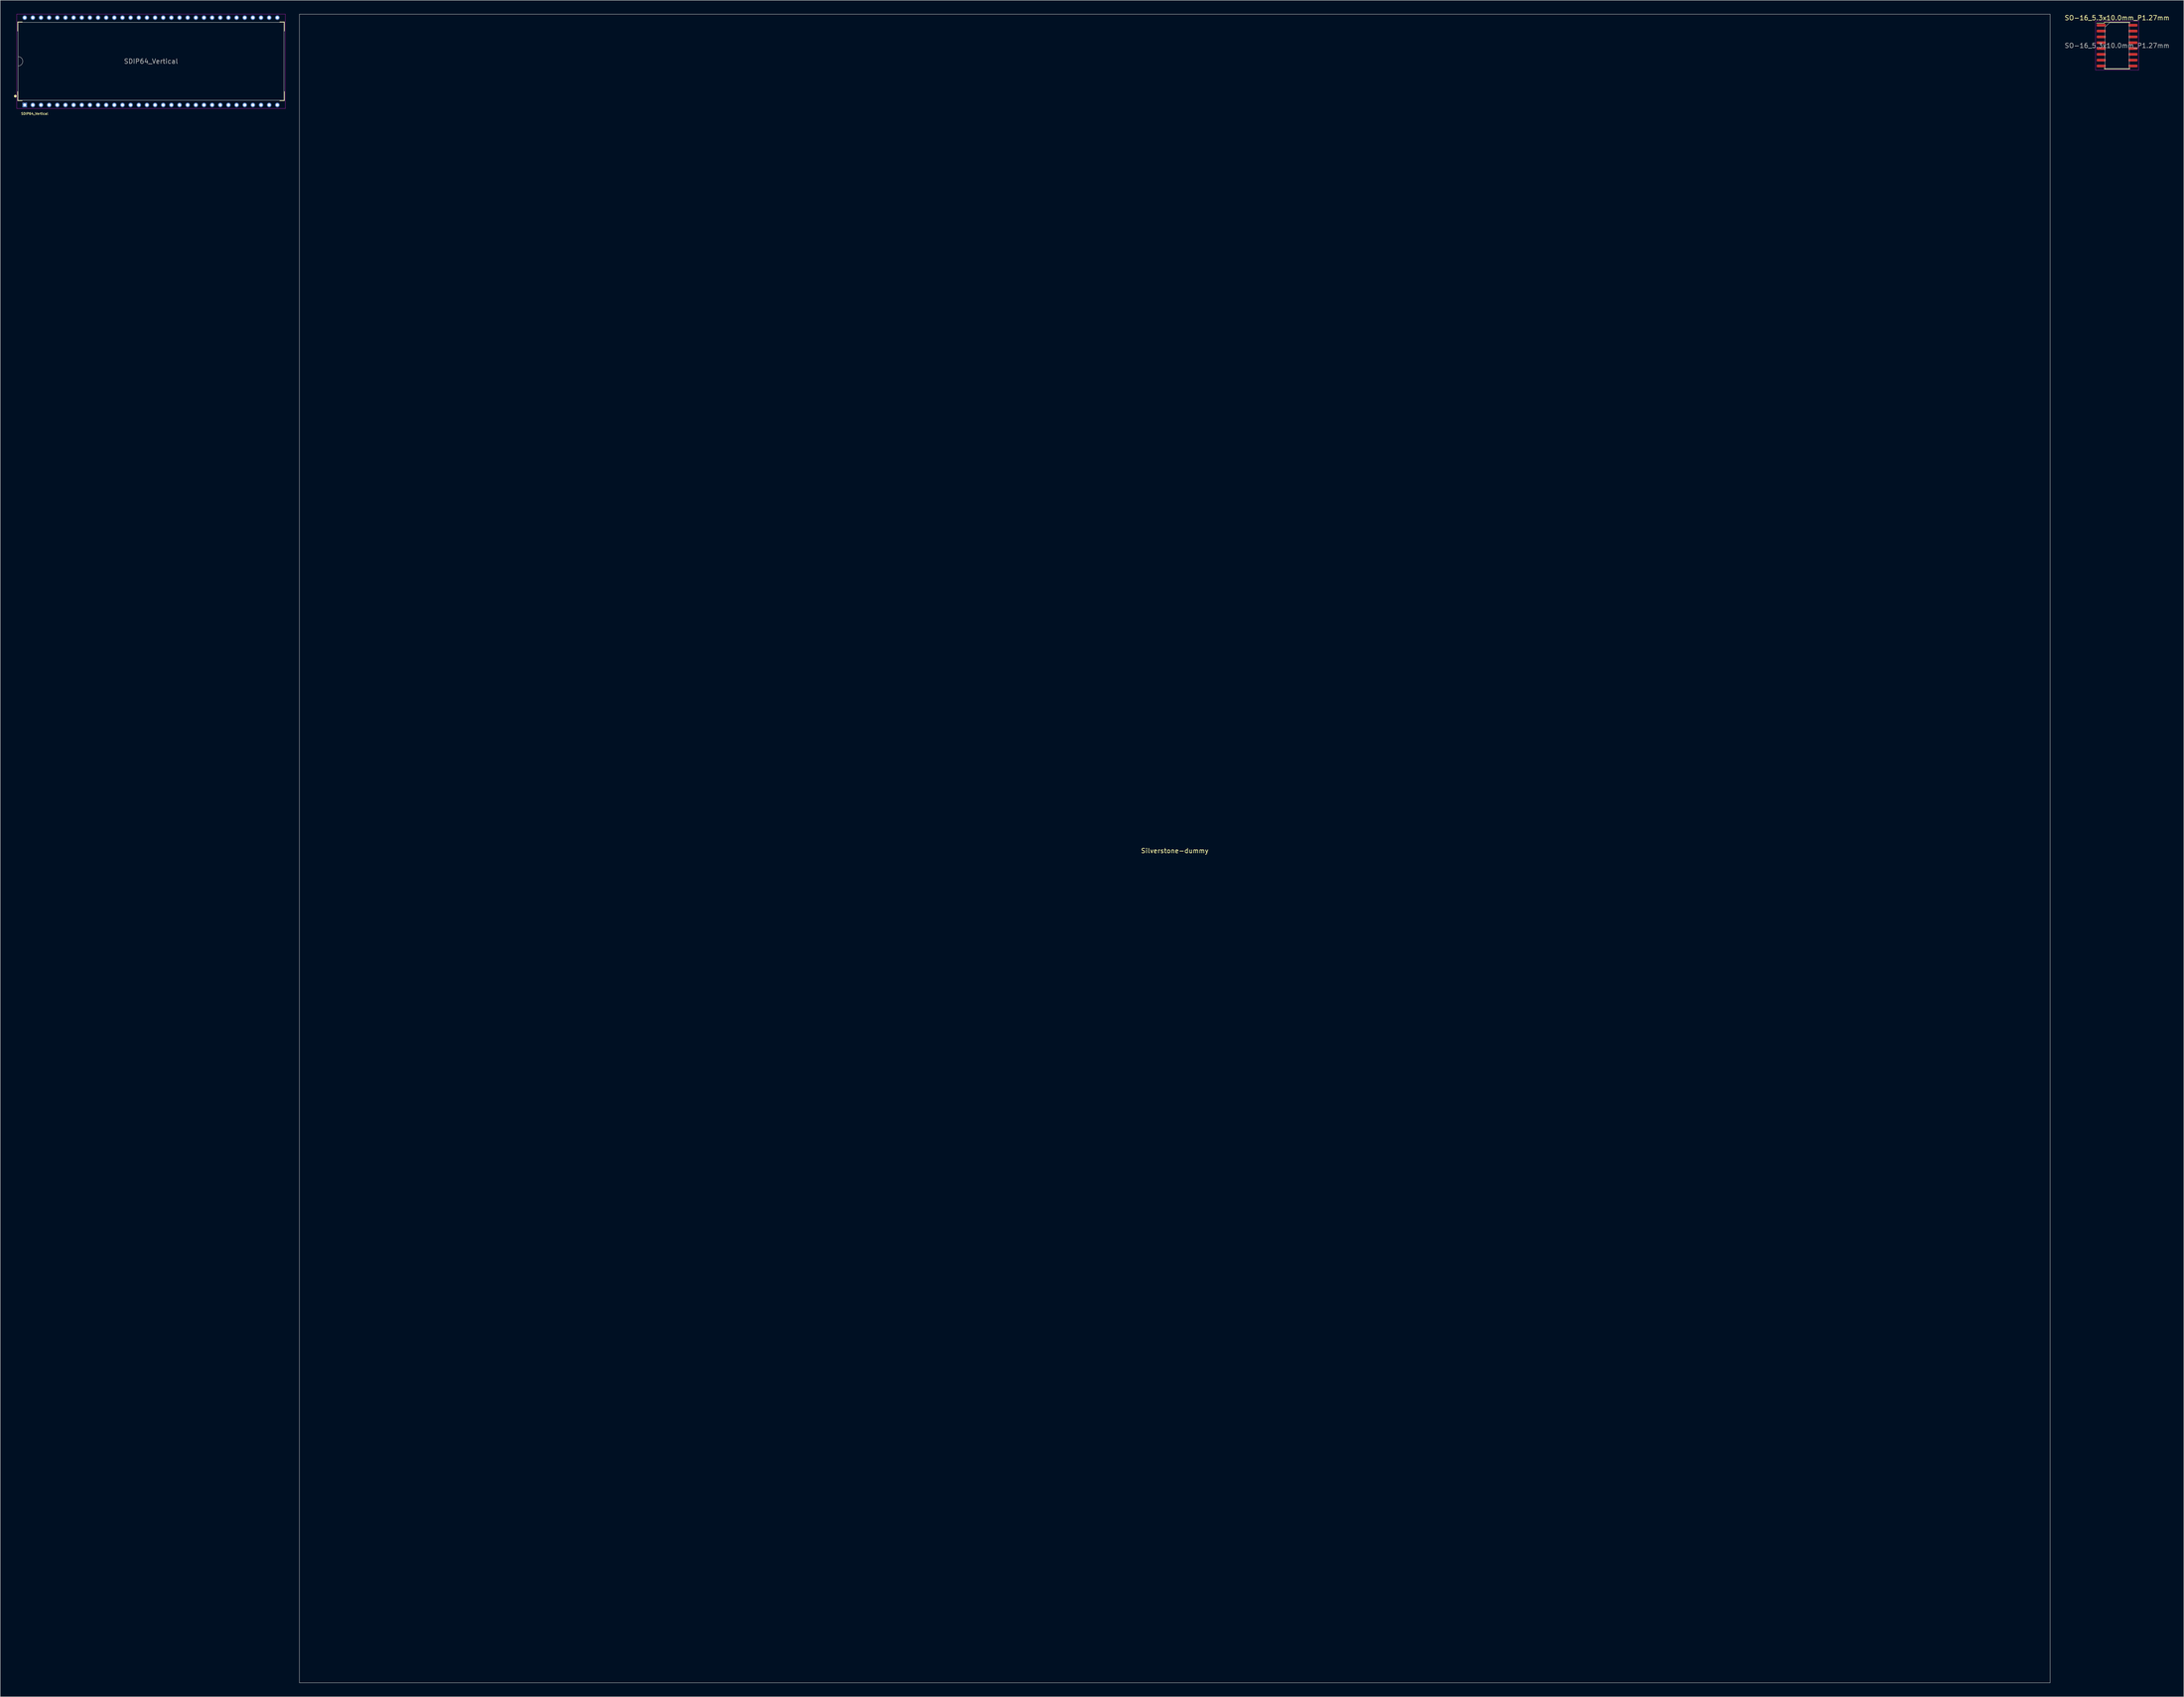
<source format=kicad_pcb>
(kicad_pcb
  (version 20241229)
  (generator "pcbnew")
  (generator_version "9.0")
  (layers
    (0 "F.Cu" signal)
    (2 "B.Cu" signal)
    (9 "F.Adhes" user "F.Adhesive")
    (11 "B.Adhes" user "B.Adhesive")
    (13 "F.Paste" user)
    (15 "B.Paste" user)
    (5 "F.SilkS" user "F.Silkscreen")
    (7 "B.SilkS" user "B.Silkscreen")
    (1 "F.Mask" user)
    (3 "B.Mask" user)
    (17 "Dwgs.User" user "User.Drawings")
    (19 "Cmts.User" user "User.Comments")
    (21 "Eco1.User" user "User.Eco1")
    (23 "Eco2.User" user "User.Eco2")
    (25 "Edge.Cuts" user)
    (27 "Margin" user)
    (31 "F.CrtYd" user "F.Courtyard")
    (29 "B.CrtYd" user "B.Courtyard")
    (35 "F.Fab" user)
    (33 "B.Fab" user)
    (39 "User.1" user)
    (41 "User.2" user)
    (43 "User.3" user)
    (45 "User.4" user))
  (footprint "Silverstone-dummy"
    (layer "F.Cu")
    (at 253.275 182.05)
    (property "Reference" "Silverstone-dummy" (at 0 0.5 0) (layer "F.SilkS") (effects (font (size 1 1) (thickness 0.15))))
    (attr exclude_from_pos_files exclude_from_bom)
    (fp_line (start -191 -182) (end -191 182) (stroke (width 0.1) (type solid)) (layer "F.Fab"))
    (fp_line (start -191 -182) (end 191 -182) (stroke (width 0.1) (type solid)) (layer "F.Fab"))
    (fp_line (start 191 182) (end -191 182) (stroke (width 0.1) (type solid)) (layer "F.Fab"))
    (fp_line (start 191 182) (end 191 -182) (stroke (width 0.1) (type solid)) (layer "F.Fab")))
  (footprint "SDIP64_Vertical"
    (layer "F.Cu")
    (at 29.9 10.325)
    (property "Reference" "SDIP64_Vertical" (at -25.4 11.43 0) (layer "F.SilkS") (effects (font (size 0.5 0.5) (thickness 0.1))))
    (attr through_hole)
    (fp_line (start -29.1 -6.6) (end -29.1 -8.6) (stroke (width 0.12) (type solid)) (layer "F.SilkS"))
    (fp_line (start -29.1 6.6) (end -29.1 8.6) (stroke (width 0.12) (type solid)) (layer "F.SilkS"))
    (fp_line (start -29.1 8.6) (end -28.1 8.6) (stroke (width 0.12) (type solid)) (layer "F.SilkS"))
    (fp_line (start -28.1 -8.6) (end -29.1 -8.6) (stroke (width 0.12) (type solid)) (layer "F.SilkS"))
    (fp_line (start 28.1 8.6) (end 29.1 8.6) (stroke (width 0.12) (type solid)) (layer "F.SilkS"))
    (fp_line (start 29.1 -8.6) (end 28.1 -8.6) (stroke (width 0.12) (type solid)) (layer "F.SilkS"))
    (fp_line (start 29.1 -6.6) (end 29.1 -8.6) (stroke (width 0.12) (type solid)) (layer "F.SilkS"))
    (fp_line (start 29.1 6.6) (end 29.1 8.6) (stroke (width 0.12) (type solid)) (layer "F.SilkS"))
    (fp_circle (center -29.6 7.6) (end -29.45 7.6) (stroke (width 0.3) (type solid)) (fill no) (layer "F.SilkS"))
    (fp_line (start -29.3 -10.3) (end -29.3 10.3) (stroke (width 0.05) (type solid)) (layer "F.CrtYd"))
    (fp_line (start -29.3 10.3) (end 29.3 10.3) (stroke (width 0.05) (type solid)) (layer "F.CrtYd"))
    (fp_line (start 29.3 -10.3) (end -29.3 -10.3) (stroke (width 0.05) (type solid)) (layer "F.CrtYd"))
    (fp_line (start 29.3 10.3) (end 29.3 -10.3) (stroke (width 0.05) (type solid)) (layer "F.CrtYd"))
    (fp_line (start -29 -8.5) (end 29 -8.5) (stroke (width 0.1) (type solid)) (layer "F.Fab"))
    (fp_line (start -29 8.5) (end -29 -8.5) (stroke (width 0.1) (type solid)) (layer "F.Fab"))
    (fp_line (start 29 -8.5) (end 29 8.5) (stroke (width 0.1) (type solid)) (layer "F.Fab"))
    (fp_line (start 29 8.5) (end -29 8.5) (stroke (width 0.1) (type solid)) (layer "F.Fab"))
    (fp_arc (start -29 -1.016) (mid -28.28158 -0.71842) (end -27.984 0) (stroke (width 0.1) (type solid)) (layer "F.Fab"))
    (fp_arc (start -27.984 0) (mid -28.28158 0.71842) (end -29 1.016) (stroke (width 0.1) (type solid)) (layer "F.Fab"))
    (fp_text user "${REFERENCE}" (at 0 0 0) (layer "F.Fab") (effects (font (size 1 1) (thickness 0.15))))
    (pad "1" thru_hole rect (at -27.559 9.525) (size 1.016 1.016) (drill 0.635) (layers "*.Cu" "*.Mask"))
    (pad "2" thru_hole circle (at -25.781 9.525) (size 1.016 1.016) (drill 0.635) (layers "*.Cu" "*.Mask"))
    (pad "3" thru_hole circle (at -24.003 9.525) (size 1.016 1.016) (drill 0.635) (layers "*.Cu" "*.Mask"))
    (pad "4" thru_hole circle (at -22.225 9.525) (size 1.016 1.016) (drill 0.635) (layers "*.Cu" "*.Mask"))
    (pad "5" thru_hole circle (at -20.447 9.525) (size 1.016 1.016) (drill 0.635) (layers "*.Cu" "*.Mask"))
    (pad "6" thru_hole circle (at -18.669 9.525) (size 1.016 1.016) (drill 0.635) (layers "*.Cu" "*.Mask"))
    (pad "7" thru_hole circle (at -16.891 9.525) (size 1.016 1.016) (drill 0.635) (layers "*.Cu" "*.Mask"))
    (pad "8" thru_hole circle (at -15.113 9.525) (size 1.016 1.016) (drill 0.635) (layers "*.Cu" "*.Mask"))
    (pad "9" thru_hole circle (at -13.335 9.525) (size 1.016 1.016) (drill 0.635) (layers "*.Cu" "*.Mask"))
    (pad "10" thru_hole circle (at -11.557 9.525) (size 1.016 1.016) (drill 0.635) (layers "*.Cu" "*.Mask"))
    (pad "11" thru_hole circle (at -9.779 9.525) (size 1.016 1.016) (drill 0.635) (layers "*.Cu" "*.Mask"))
    (pad "12" thru_hole circle (at -8.001 9.525) (size 1.016 1.016) (drill 0.635) (layers "*.Cu" "*.Mask"))
    (pad "13" thru_hole circle (at -6.223 9.525) (size 1.016 1.016) (drill 0.635) (layers "*.Cu" "*.Mask"))
    (pad "14" thru_hole circle (at -4.445 9.525) (size 1.016 1.016) (drill 0.635) (layers "*.Cu" "*.Mask"))
    (pad "15" thru_hole circle (at -2.667 9.525) (size 1.016 1.016) (drill 0.635) (layers "*.Cu" "*.Mask"))
    (pad "16" thru_hole circle (at -0.889 9.525) (size 1.016 1.016) (drill 0.635) (layers "*.Cu" "*.Mask"))
    (pad "17" thru_hole circle (at 0.889 9.525) (size 1.016 1.016) (drill 0.635) (layers "*.Cu" "*.Mask"))
    (pad "18" thru_hole circle (at 2.667 9.525) (size 1.016 1.016) (drill 0.635) (layers "*.Cu" "*.Mask"))
    (pad "19" thru_hole circle (at 4.445 9.525) (size 1.016 1.016) (drill 0.635) (layers "*.Cu" "*.Mask"))
    (pad "20" thru_hole circle (at 6.223 9.525) (size 1.016 1.016) (drill 0.635) (layers "*.Cu" "*.Mask"))
    (pad "21" thru_hole circle (at 8.001 9.525) (size 1.016 1.016) (drill 0.635) (layers "*.Cu" "*.Mask"))
    (pad "22" thru_hole circle (at 9.779 9.525) (size 1.016 1.016) (drill 0.635) (layers "*.Cu" "*.Mask"))
    (pad "23" thru_hole circle (at 11.557 9.525) (size 1.016 1.016) (drill 0.635) (layers "*.Cu" "*.Mask"))
    (pad "24" thru_hole circle (at 13.335 9.525) (size 1.016 1.016) (drill 0.635) (layers "*.Cu" "*.Mask"))
    (pad "25" thru_hole circle (at 15.113 9.525) (size 1.016 1.016) (drill 0.635) (layers "*.Cu" "*.Mask"))
    (pad "26" thru_hole circle (at 16.891 9.525) (size 1.016 1.016) (drill 0.635) (layers "*.Cu" "*.Mask"))
    (pad "27" thru_hole circle (at 18.669 9.525) (size 1.016 1.016) (drill 0.635) (layers "*.Cu" "*.Mask"))
    (pad "28" thru_hole circle (at 20.447 9.525) (size 1.016 1.016) (drill 0.635) (layers "*.Cu" "*.Mask"))
    (pad "29" thru_hole circle (at 22.225 9.525) (size 1.016 1.016) (drill 0.635) (layers "*.Cu" "*.Mask"))
    (pad "30" thru_hole circle (at 24.003 9.525) (size 1.016 1.016) (drill 0.635) (layers "*.Cu" "*.Mask"))
    (pad "31" thru_hole circle (at 25.781 9.525) (size 1.016 1.016) (drill 0.635) (layers "*.Cu" "*.Mask"))
    (pad "32" thru_hole circle (at 27.559 9.525) (size 1.016 1.016) (drill 0.635) (layers "*.Cu" "*.Mask"))
    (pad "33" thru_hole circle (at 27.559 -9.525) (size 1.016 1.016) (drill 0.635) (layers "*.Cu" "*.Mask"))
    (pad "34" thru_hole circle (at 25.781 -9.525) (size 1.016 1.016) (drill 0.635) (layers "*.Cu" "*.Mask"))
    (pad "35" thru_hole circle (at 24.003 -9.525) (size 1.016 1.016) (drill 0.635) (layers "*.Cu" "*.Mask"))
    (pad "36" thru_hole circle (at 22.225 -9.525) (size 1.016 1.016) (drill 0.635) (layers "*.Cu" "*.Mask"))
    (pad "37" thru_hole circle (at 20.447 -9.525) (size 1.016 1.016) (drill 0.635) (layers "*.Cu" "*.Mask"))
    (pad "38" thru_hole circle (at 18.669 -9.525) (size 1.016 1.016) (drill 0.635) (layers "*.Cu" "*.Mask"))
    (pad "39" thru_hole circle (at 16.891 -9.525) (size 1.016 1.016) (drill 0.635) (layers "*.Cu" "*.Mask"))
    (pad "40" thru_hole circle (at 15.113 -9.525) (size 1.016 1.016) (drill 0.635) (layers "*.Cu" "*.Mask"))
    (pad "41" thru_hole circle (at 13.335 -9.525) (size 1.016 1.016) (drill 0.635) (layers "*.Cu" "*.Mask"))
    (pad "42" thru_hole circle (at 11.557 -9.525) (size 1.016 1.016) (drill 0.635) (layers "*.Cu" "*.Mask"))
    (pad "43" thru_hole circle (at 9.779 -9.525) (size 1.016 1.016) (drill 0.635) (layers "*.Cu" "*.Mask"))
    (pad "44" thru_hole circle (at 8.001 -9.525) (size 1.016 1.016) (drill 0.635) (layers "*.Cu" "*.Mask"))
    (pad "45" thru_hole circle (at 6.223 -9.525) (size 1.016 1.016) (drill 0.635) (layers "*.Cu" "*.Mask"))
    (pad "46" thru_hole circle (at 4.445 -9.525) (size 1.016 1.016) (drill 0.635) (layers "*.Cu" "*.Mask"))
    (pad "47" thru_hole circle (at 2.667 -9.525) (size 1.016 1.016) (drill 0.635) (layers "*.Cu" "*.Mask"))
    (pad "48" thru_hole circle (at 0.889 -9.525) (size 1.016 1.016) (drill 0.635) (layers "*.Cu" "*.Mask"))
    (pad "49" thru_hole circle (at -0.889 -9.525) (size 1.016 1.016) (drill 0.635) (layers "*.Cu" "*.Mask"))
    (pad "50" thru_hole circle (at -2.667 -9.525) (size 1.016 1.016) (drill 0.635) (layers "*.Cu" "*.Mask"))
    (pad "51" thru_hole circle (at -4.445 -9.525) (size 1.016 1.016) (drill 0.635) (layers "*.Cu" "*.Mask"))
    (pad "52" thru_hole circle (at -6.223 -9.525) (size 1.016 1.016) (drill 0.635) (layers "*.Cu" "*.Mask"))
    (pad "53" thru_hole circle (at -8.001 -9.525) (size 1.016 1.016) (drill 0.635) (layers "*.Cu" "*.Mask"))
    (pad "54" thru_hole circle (at -9.779 -9.525) (size 1.016 1.016) (drill 0.635) (layers "*.Cu" "*.Mask"))
    (pad "55" thru_hole circle (at -11.557 -9.525) (size 1.016 1.016) (drill 0.635) (layers "*.Cu" "*.Mask"))
    (pad "56" thru_hole circle (at -13.335 -9.525) (size 1.016 1.016) (drill 0.635) (layers "*.Cu" "*.Mask"))
    (pad "57" thru_hole circle (at -15.113 -9.525) (size 1.016 1.016) (drill 0.635) (layers "*.Cu" "*.Mask"))
    (pad "58" thru_hole circle (at -16.891 -9.525) (size 1.016 1.016) (drill 0.635) (layers "*.Cu" "*.Mask"))
    (pad "59" thru_hole circle (at -18.669 -9.525) (size 1.016 1.016) (drill 0.635) (layers "*.Cu" "*.Mask"))
    (pad "60" thru_hole circle (at -20.447 -9.525) (size 1.016 1.016) (drill 0.635) (layers "*.Cu" "*.Mask"))
    (pad "61" thru_hole circle (at -22.225 -9.525) (size 1.016 1.016) (drill 0.635) (layers "*.Cu" "*.Mask"))
    (pad "62" thru_hole circle (at -24.003 -9.525) (size 1.016 1.016) (drill 0.635) (layers "*.Cu" "*.Mask"))
    (pad "63" thru_hole circle (at -25.781 -9.525) (size 1.016 1.016) (drill 0.635) (layers "*.Cu" "*.Mask"))
    (pad "64" thru_hole circle (at -27.559 -9.525) (size 1.016 1.016) (drill 0.635) (layers "*.Cu" "*.Mask")))
  (footprint "SO-16_5.3x10.0mm_P1.27mm"
    (layer "F.Cu")
    (at 458.879 6.898)
    (property "Reference" "SO-16_5.3x10.0mm_P1.27mm" (at 0 -6.05 0) (layer "F.SilkS") (effects (font (size 1 1) (thickness 0.15))))
    (attr smd)
    (fp_line (start -2.76 -5.11) (end -2.76 -4.905) (stroke (width 0.12) (type solid)) (layer "F.SilkS"))
    (fp_line (start -2.76 -4.905) (end -4.45 -4.905) (stroke (width 0.12) (type solid)) (layer "F.SilkS"))
    (fp_line (start -2.76 5.11) (end -2.76 4.905) (stroke (width 0.12) (type solid)) (layer "F.SilkS"))
    (fp_line (start 2.76 -5.11) (end -2.76 -5.11) (stroke (width 0.12) (type solid)) (layer "F.SilkS"))
    (fp_line (start 2.76 -5.11) (end 2.76 -4.905) (stroke (width 0.12) (type solid)) (layer "F.SilkS"))
    (fp_line (start 2.76 5.11) (end -2.76 5.11) (stroke (width 0.12) (type solid)) (layer "F.SilkS"))
    (fp_line (start 2.76 5.11) (end 2.76 4.905) (stroke (width 0.12) (type solid)) (layer "F.SilkS"))
    (fp_line (start -4.7 -5.35) (end -4.7 5.35) (stroke (width 0.05) (type solid)) (layer "F.CrtYd"))
    (fp_line (start -4.7 5.35) (end 4.7 5.35) (stroke (width 0.05) (type solid)) (layer "F.CrtYd"))
    (fp_line (start 4.7 -5.35) (end -4.7 -5.35) (stroke (width 0.05) (type solid)) (layer "F.CrtYd"))
    (fp_line (start 4.7 5.35) (end 4.7 -5.35) (stroke (width 0.05) (type solid)) (layer "F.CrtYd"))
    (fp_line (start -2.65 -4) (end -1.65 -5) (stroke (width 0.1) (type solid)) (layer "F.Fab"))
    (fp_line (start -2.65 5) (end -2.65 -4) (stroke (width 0.1) (type solid)) (layer "F.Fab"))
    (fp_line (start -1.65 -5) (end 2.65 -5) (stroke (width 0.1) (type solid)) (layer "F.Fab"))
    (fp_line (start 2.65 -5) (end 2.65 5) (stroke (width 0.1) (type solid)) (layer "F.Fab"))
    (fp_line (start 2.65 5) (end -2.65 5) (stroke (width 0.1) (type solid)) (layer "F.Fab"))
    (fp_text user "${REFERENCE}" (at 0 0 0) (layer "F.Fab") (effects (font (size 1 1) (thickness 0.15))))
    (pad "1" smd roundrect (at -3.462 -4.445) (size 1.975 0.6) (layers "F.Cu" "F.Mask" "F.Paste") (roundrect_rratio 0.25))
    (pad "2" smd roundrect (at -3.462 -3.175) (size 1.975 0.6) (layers "F.Cu" "F.Mask" "F.Paste") (roundrect_rratio 0.25))
    (pad "3" smd roundrect (at -3.462 -1.905) (size 1.975 0.6) (layers "F.Cu" "F.Mask" "F.Paste") (roundrect_rratio 0.25))
    (pad "4" smd roundrect (at -3.462 -0.635) (size 1.975 0.6) (layers "F.Cu" "F.Mask" "F.Paste") (roundrect_rratio 0.25))
    (pad "5" smd roundrect (at -3.462 0.635) (size 1.975 0.6) (layers "F.Cu" "F.Mask" "F.Paste") (roundrect_rratio 0.25))
    (pad "6" smd roundrect (at -3.462 1.905) (size 1.975 0.6) (layers "F.Cu" "F.Mask" "F.Paste") (roundrect_rratio 0.25))
    (pad "7" smd roundrect (at -3.462 3.175) (size 1.975 0.6) (layers "F.Cu" "F.Mask" "F.Paste") (roundrect_rratio 0.25))
    (pad "8" smd roundrect (at -3.462 4.445) (size 1.975 0.6) (layers "F.Cu" "F.Mask" "F.Paste") (roundrect_rratio 0.25))
    (pad "9" smd roundrect (at 3.462 4.445) (size 1.975 0.6) (layers "F.Cu" "F.Mask" "F.Paste") (roundrect_rratio 0.25))
    (pad "10" smd roundrect (at 3.462 3.175) (size 1.975 0.6) (layers "F.Cu" "F.Mask" "F.Paste") (roundrect_rratio 0.25))
    (pad "11" smd roundrect (at 3.462 1.905) (size 1.975 0.6) (layers "F.Cu" "F.Mask" "F.Paste") (roundrect_rratio 0.25))
    (pad "12" smd roundrect (at 3.462 0.635) (size 1.975 0.6) (layers "F.Cu" "F.Mask" "F.Paste") (roundrect_rratio 0.25))
    (pad "13" smd roundrect (at 3.462 -0.635) (size 1.975 0.6) (layers "F.Cu" "F.Mask" "F.Paste") (roundrect_rratio 0.25))
    (pad "14" smd roundrect (at 3.462 -1.905) (size 1.975 0.6) (layers "F.Cu" "F.Mask" "F.Paste") (roundrect_rratio 0.25))
    (pad "15" smd roundrect (at 3.462 -3.175) (size 1.975 0.6) (layers "F.Cu" "F.Mask" "F.Paste") (roundrect_rratio 0.25))
    (pad "16" smd roundrect (at 3.462 -4.445) (size 1.975 0.6) (layers "F.Cu" "F.Mask" "F.Paste") (roundrect_rratio 0.25)))
  (gr_rect
    (start -3 -3)
    (end 473.432 367.1)
    (stroke (width 0.1) (type default))
    (fill no)
    (layer "Edge.Cuts")))
</source>
